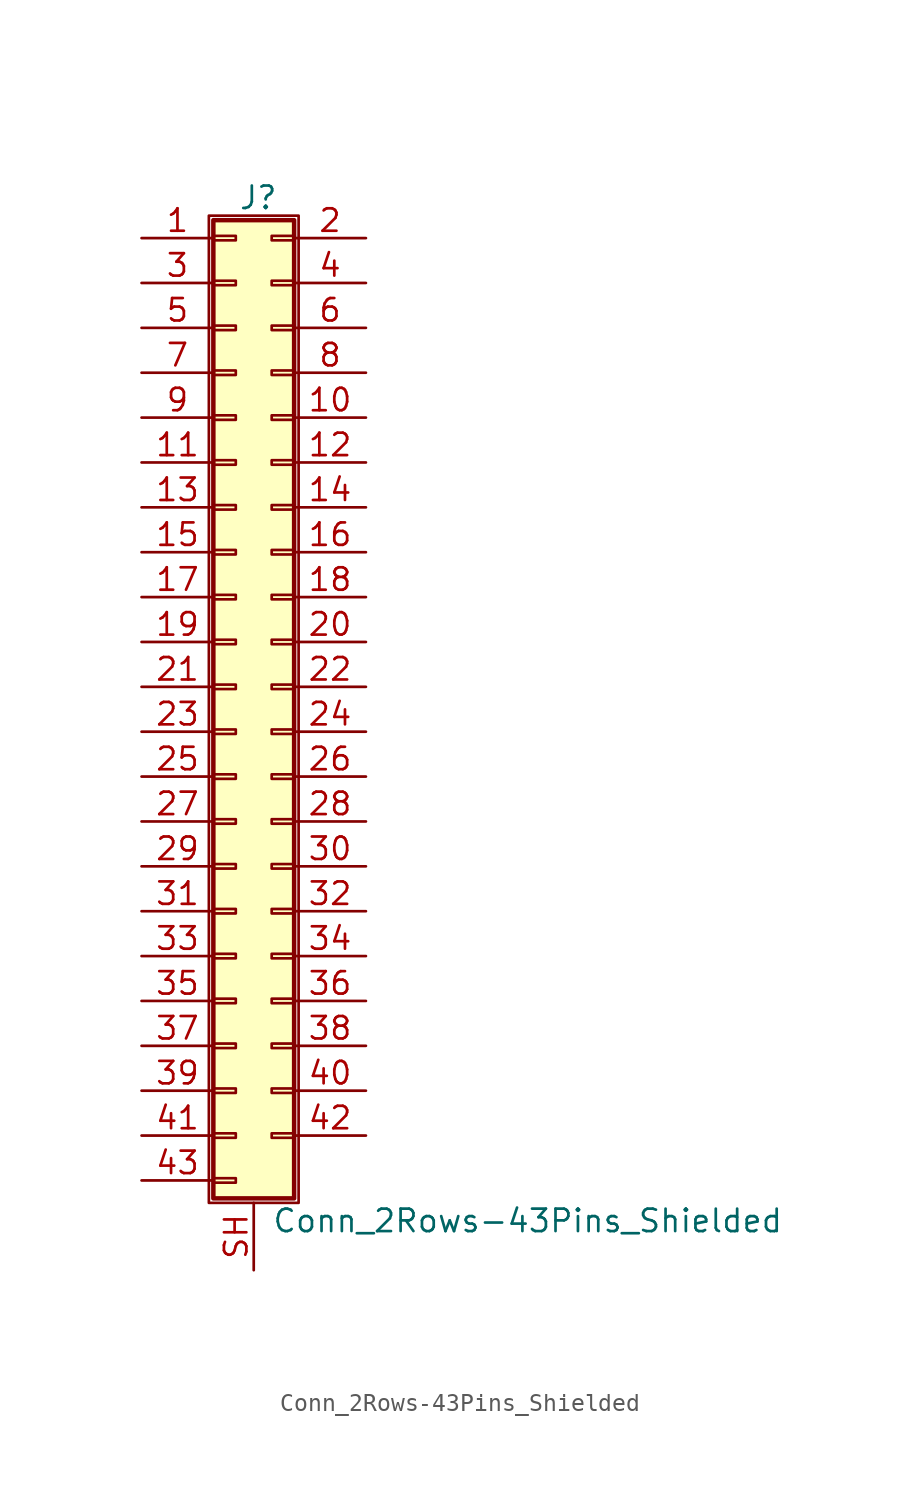
<source format=kicad_sym>
(kicad_symbol_lib
  (version 20201005)
  (generator kicad_symbol_editor)
  (symbol "Conn_2Rows-43Pins_Shielded"
    (pin_names
      (offset 1.016) hide)
    (property "Reference" "J"
      (at 1.524 27.686 0)
      (effects (font (size 1.27 1.27))))
    (property "Value" "Conn_2Rows-43Pins_Shielded"
      (at 2.286 -30.226 0)
      (effects (font (size 1.27 1.27)) (justify left)))
    (symbol "Conn_2Rows-43Pins_Shielded_1_1"
      (rectangle (start -1.27 26.67) (end 3.81 -29.21) (stroke (width 0.152)) (fill (type none)))
      (rectangle (start -1.016 -27.813) (end 0.254 -28.067) (stroke (width 0.152)) (fill (type none)))
      (rectangle (start -1.016 -25.273) (end 0.254 -25.527) (stroke (width 0.152)) (fill (type none)))
      (rectangle (start -1.016 -22.733) (end 0.254 -22.987) (stroke (width 0.152)) (fill (type none)))
      (rectangle (start -1.016 -20.193) (end 0.254 -20.447) (stroke (width 0.152)) (fill (type none)))
      (rectangle (start -1.016 -17.653) (end 0.254 -17.907) (stroke (width 0.152)) (fill (type none)))
      (rectangle (start -1.016 -15.113) (end 0.254 -15.367) (stroke (width 0.152)) (fill (type none)))
      (rectangle (start -1.016 -12.573) (end 0.254 -12.827) (stroke (width 0.152)) (fill (type none)))
      (rectangle (start -1.016 -10.033) (end 0.254 -10.287) (stroke (width 0.152)) (fill (type none)))
      (rectangle (start -1.016 -7.493) (end 0.254 -7.747) (stroke (width 0.152)) (fill (type none)))
      (rectangle (start -1.016 -4.953) (end 0.254 -5.207) (stroke (width 0.152)) (fill (type none)))
      (rectangle (start -1.016 -2.413) (end 0.254 -2.667) (stroke (width 0.152)) (fill (type none)))
      (rectangle (start -1.016 0.127) (end 0.254 -0.127) (stroke (width 0.152)) (fill (type none)))
      (rectangle (start -1.016 2.667) (end 0.254 2.413) (stroke (width 0.152)) (fill (type none)))
      (rectangle (start -1.016 5.207) (end 0.254 4.953) (stroke (width 0.152)) (fill (type none)))
      (rectangle (start -1.016 7.747) (end 0.254 7.493) (stroke (width 0.152)) (fill (type none)))
      (rectangle (start -1.016 10.287) (end 0.254 10.033) (stroke (width 0.152)) (fill (type none)))
      (rectangle (start -1.016 12.827) (end 0.254 12.573) (stroke (width 0.152)) (fill (type none)))
      (rectangle (start -1.016 15.367) (end 0.254 15.113) (stroke (width 0.152)) (fill (type none)))
      (rectangle (start -1.016 17.907) (end 0.254 17.653) (stroke (width 0.152)) (fill (type none)))
      (rectangle (start -1.016 20.447) (end 0.254 20.193) (stroke (width 0.152)) (fill (type none)))
      (rectangle (start -1.016 22.987) (end 0.254 22.733) (stroke (width 0.152)) (fill (type none)))
      (rectangle (start -1.016 25.527) (end 0.254 25.273) (stroke (width 0.152)) (fill (type none)))
      (rectangle (start -1.016 26.416) (end 3.556 -28.956) (stroke (width 0.254)) (fill (type background)))
      (rectangle (start 3.556 -25.273) (end 2.286 -25.527) (stroke (width 0.152)) (fill (type none)))
      (rectangle (start 3.556 -22.733) (end 2.286 -22.987) (stroke (width 0.152)) (fill (type none)))
      (rectangle (start 3.556 -20.193) (end 2.286 -20.447) (stroke (width 0.152)) (fill (type none)))
      (rectangle (start 3.556 -17.653) (end 2.286 -17.907) (stroke (width 0.152)) (fill (type none)))
      (rectangle (start 3.556 -15.113) (end 2.286 -15.367) (stroke (width 0.152)) (fill (type none)))
      (rectangle (start 3.556 -12.573) (end 2.286 -12.827) (stroke (width 0.152)) (fill (type none)))
      (rectangle (start 3.556 -10.033) (end 2.286 -10.287) (stroke (width 0.152)) (fill (type none)))
      (rectangle (start 3.556 -7.493) (end 2.286 -7.747) (stroke (width 0.152)) (fill (type none)))
      (rectangle (start 3.556 -4.953) (end 2.286 -5.207) (stroke (width 0.152)) (fill (type none)))
      (rectangle (start 3.556 -2.413) (end 2.286 -2.667) (stroke (width 0.152)) (fill (type none)))
      (rectangle (start 3.556 0.127) (end 2.286 -0.127) (stroke (width 0.152)) (fill (type none)))
      (rectangle (start 3.556 2.667) (end 2.286 2.413) (stroke (width 0.152)) (fill (type none)))
      (rectangle (start 3.556 5.207) (end 2.286 4.953) (stroke (width 0.152)) (fill (type none)))
      (rectangle (start 3.556 7.747) (end 2.286 7.493) (stroke (width 0.152)) (fill (type none)))
      (rectangle (start 3.556 10.287) (end 2.286 10.033) (stroke (width 0.152)) (fill (type none)))
      (rectangle (start 3.556 12.827) (end 2.286 12.573) (stroke (width 0.152)) (fill (type none)))
      (rectangle (start 3.556 15.367) (end 2.286 15.113) (stroke (width 0.152)) (fill (type none)))
      (rectangle (start 3.556 17.907) (end 2.286 17.653) (stroke (width 0.152)) (fill (type none)))
      (rectangle (start 3.556 20.447) (end 2.286 20.193) (stroke (width 0.152)) (fill (type none)))
      (rectangle (start 3.556 22.987) (end 2.286 22.733) (stroke (width 0.152)) (fill (type none)))
      (rectangle (start 3.556 25.527) (end 2.286 25.273) (stroke (width 0.152)) (fill (type none)))
      (pin passive line (at -5.08 25.4 0) (length 4.064) (name "Pin_1" (effects (font (size 1.27 1.27)))) (number "1" (effects (font (size 1.27 1.27)))))
      (pin passive line (at 7.62 15.24 180) (length 4.064) (name "Pin_10" (effects (font (size 1.27 1.27)))) (number "10" (effects (font (size 1.27 1.27)))))
      (pin passive line (at -5.08 12.7 0) (length 4.064) (name "Pin_11" (effects (font (size 1.27 1.27)))) (number "11" (effects (font (size 1.27 1.27)))))
      (pin passive line (at 7.62 12.7 180) (length 4.064) (name "Pin_12" (effects (font (size 1.27 1.27)))) (number "12" (effects (font (size 1.27 1.27)))))
      (pin passive line (at -5.08 10.16 0) (length 4.064) (name "Pin_13" (effects (font (size 1.27 1.27)))) (number "13" (effects (font (size 1.27 1.27)))))
      (pin passive line (at 7.62 10.16 180) (length 4.064) (name "Pin_14" (effects (font (size 1.27 1.27)))) (number "14" (effects (font (size 1.27 1.27)))))
      (pin passive line (at -5.08 7.62 0) (length 4.064) (name "Pin_15" (effects (font (size 1.27 1.27)))) (number "15" (effects (font (size 1.27 1.27)))))
      (pin passive line (at 7.62 7.62 180) (length 4.064) (name "Pin_16" (effects (font (size 1.27 1.27)))) (number "16" (effects (font (size 1.27 1.27)))))
      (pin passive line (at -5.08 5.08 0) (length 4.064) (name "Pin_17" (effects (font (size 1.27 1.27)))) (number "17" (effects (font (size 1.27 1.27)))))
      (pin passive line (at 7.62 5.08 180) (length 4.064) (name "Pin_18" (effects (font (size 1.27 1.27)))) (number "18" (effects (font (size 1.27 1.27)))))
      (pin passive line (at -5.08 2.54 0) (length 4.064) (name "Pin_19" (effects (font (size 1.27 1.27)))) (number "19" (effects (font (size 1.27 1.27)))))
      (pin passive line (at 7.62 25.4 180) (length 4.064) (name "Pin_2" (effects (font (size 1.27 1.27)))) (number "2" (effects (font (size 1.27 1.27)))))
      (pin passive line (at 7.62 2.54 180) (length 4.064) (name "Pin_20" (effects (font (size 1.27 1.27)))) (number "20" (effects (font (size 1.27 1.27)))))
      (pin passive line (at -5.08 0 0) (length 4.064) (name "Pin_21" (effects (font (size 1.27 1.27)))) (number "21" (effects (font (size 1.27 1.27)))))
      (pin passive line (at 7.62 0 180) (length 4.064) (name "Pin_22" (effects (font (size 1.27 1.27)))) (number "22" (effects (font (size 1.27 1.27)))))
      (pin passive line (at -5.08 -2.54 0) (length 4.064) (name "Pin_23" (effects (font (size 1.27 1.27)))) (number "23" (effects (font (size 1.27 1.27)))))
      (pin passive line (at 7.62 -2.54 180) (length 4.064) (name "Pin_24" (effects (font (size 1.27 1.27)))) (number "24" (effects (font (size 1.27 1.27)))))
      (pin passive line (at -5.08 -5.08 0) (length 4.064) (name "Pin_25" (effects (font (size 1.27 1.27)))) (number "25" (effects (font (size 1.27 1.27)))))
      (pin passive line (at 7.62 -5.08 180) (length 4.064) (name "Pin_26" (effects (font (size 1.27 1.27)))) (number "26" (effects (font (size 1.27 1.27)))))
      (pin passive line (at -5.08 -7.62 0) (length 4.064) (name "Pin_27" (effects (font (size 1.27 1.27)))) (number "27" (effects (font (size 1.27 1.27)))))
      (pin passive line (at 7.62 -7.62 180) (length 4.064) (name "Pin_28" (effects (font (size 1.27 1.27)))) (number "28" (effects (font (size 1.27 1.27)))))
      (pin passive line (at -5.08 -10.16 0) (length 4.064) (name "Pin_29" (effects (font (size 1.27 1.27)))) (number "29" (effects (font (size 1.27 1.27)))))
      (pin passive line (at -5.08 22.86 0) (length 4.064) (name "Pin_3" (effects (font (size 1.27 1.27)))) (number "3" (effects (font (size 1.27 1.27)))))
      (pin passive line (at 7.62 -10.16 180) (length 4.064) (name "Pin_30" (effects (font (size 1.27 1.27)))) (number "30" (effects (font (size 1.27 1.27)))))
      (pin passive line (at -5.08 -12.7 0) (length 4.064) (name "Pin_31" (effects (font (size 1.27 1.27)))) (number "31" (effects (font (size 1.27 1.27)))))
      (pin passive line (at 7.62 -12.7 180) (length 4.064) (name "Pin_32" (effects (font (size 1.27 1.27)))) (number "32" (effects (font (size 1.27 1.27)))))
      (pin passive line (at -5.08 -15.24 0) (length 4.064) (name "Pin_33" (effects (font (size 1.27 1.27)))) (number "33" (effects (font (size 1.27 1.27)))))
      (pin passive line (at 7.62 -15.24 180) (length 4.064) (name "Pin_34" (effects (font (size 1.27 1.27)))) (number "34" (effects (font (size 1.27 1.27)))))
      (pin passive line (at -5.08 -17.78 0) (length 4.064) (name "Pin_35" (effects (font (size 1.27 1.27)))) (number "35" (effects (font (size 1.27 1.27)))))
      (pin passive line (at 7.62 -17.78 180) (length 4.064) (name "Pin_36" (effects (font (size 1.27 1.27)))) (number "36" (effects (font (size 1.27 1.27)))))
      (pin passive line (at -5.08 -20.32 0) (length 4.064) (name "Pin_37" (effects (font (size 1.27 1.27)))) (number "37" (effects (font (size 1.27 1.27)))))
      (pin passive line (at 7.62 -20.32 180) (length 4.064) (name "Pin_38" (effects (font (size 1.27 1.27)))) (number "38" (effects (font (size 1.27 1.27)))))
      (pin passive line (at -5.08 -22.86 0) (length 4.064) (name "Pin_39" (effects (font (size 1.27 1.27)))) (number "39" (effects (font (size 1.27 1.27)))))
      (pin passive line (at 7.62 22.86 180) (length 4.064) (name "Pin_4" (effects (font (size 1.27 1.27)))) (number "4" (effects (font (size 1.27 1.27)))))
      (pin passive line (at 7.62 -22.86 180) (length 4.064) (name "Pin_40" (effects (font (size 1.27 1.27)))) (number "40" (effects (font (size 1.27 1.27)))))
      (pin passive line (at -5.08 -25.4 0) (length 4.064) (name "Pin_41" (effects (font (size 1.27 1.27)))) (number "41" (effects (font (size 1.27 1.27)))))
      (pin passive line (at 7.62 -25.4 180) (length 4.064) (name "Pin_42" (effects (font (size 1.27 1.27)))) (number "42" (effects (font (size 1.27 1.27)))))
      (pin passive line (at -5.08 -27.94 0) (length 4.064) (name "Pin_43" (effects (font (size 1.27 1.27)))) (number "43" (effects (font (size 1.27 1.27)))))
      (pin passive line (at -5.08 20.32 0) (length 4.064) (name "Pin_5" (effects (font (size 1.27 1.27)))) (number "5" (effects (font (size 1.27 1.27)))))
      (pin passive line (at 7.62 20.32 180) (length 4.064) (name "Pin_6" (effects (font (size 1.27 1.27)))) (number "6" (effects (font (size 1.27 1.27)))))
      (pin passive line (at -5.08 17.78 0) (length 4.064) (name "Pin_7" (effects (font (size 1.27 1.27)))) (number "7" (effects (font (size 1.27 1.27)))))
      (pin passive line (at 7.62 17.78 180) (length 4.064) (name "Pin_8" (effects (font (size 1.27 1.27)))) (number "8" (effects (font (size 1.27 1.27)))))
      (pin passive line (at -5.08 15.24 0) (length 4.064) (name "Pin_9" (effects (font (size 1.27 1.27)))) (number "9" (effects (font (size 1.27 1.27)))))
      (pin passive line (at 1.27 -33.02 90) (length 3.81) (name "Shield" (effects (font (size 1.27 1.27)))) (number "SH" (effects (font (size 1.27 1.27))))))))
</source>
